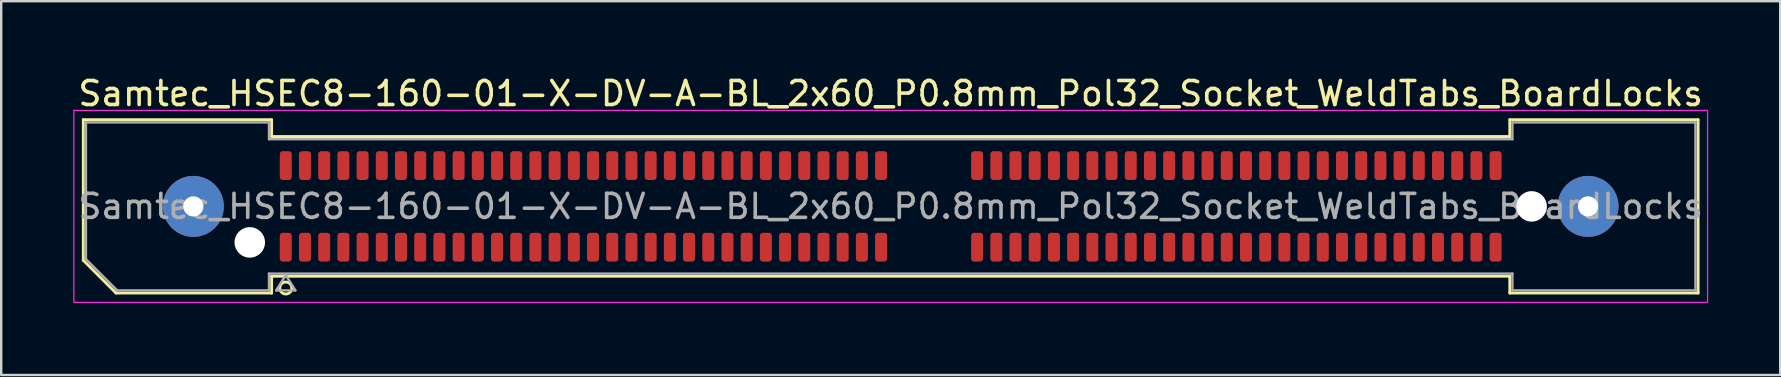
<source format=kicad_pcb>
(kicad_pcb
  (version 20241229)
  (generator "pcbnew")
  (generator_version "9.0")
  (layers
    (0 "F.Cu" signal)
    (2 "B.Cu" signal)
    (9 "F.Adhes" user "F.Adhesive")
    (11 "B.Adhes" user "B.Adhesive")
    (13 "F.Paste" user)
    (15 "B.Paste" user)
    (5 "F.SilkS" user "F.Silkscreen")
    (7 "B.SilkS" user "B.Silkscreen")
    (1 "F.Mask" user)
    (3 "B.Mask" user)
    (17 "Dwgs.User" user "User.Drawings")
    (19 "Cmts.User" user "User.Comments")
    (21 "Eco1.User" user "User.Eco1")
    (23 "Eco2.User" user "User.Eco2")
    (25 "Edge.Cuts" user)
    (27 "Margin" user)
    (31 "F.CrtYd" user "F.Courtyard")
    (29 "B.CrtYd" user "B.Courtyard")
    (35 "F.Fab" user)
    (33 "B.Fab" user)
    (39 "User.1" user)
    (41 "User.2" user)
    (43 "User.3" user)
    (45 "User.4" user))
  (footprint "Samtec_HSEC8-160-01-X-DV-A-BL_2x60_P0.8mm_Pol32_Socket_WeldTabs_BoardLocks"
    (layer "F.Cu")
    (at 34.055 5.548)
    (property "Reference" "Samtec_HSEC8-160-01-X-DV-A-BL_2x60_P0.8mm_Pol32_Socket_WeldTabs_BoardLocks" (at 0 -4.7 0) (layer "F.SilkS") (effects (font (size 1 1) (thickness 0.15))))
    (attr smd)
    (fp_line (start -33.635 -3.61) (end -25.79 -3.61) (stroke (width 0.12) (type solid)) (layer "F.SilkS"))
    (fp_line (start -33.635 2.246) (end -33.635 -3.61) (stroke (width 0.12) (type solid)) (layer "F.SilkS"))
    (fp_line (start -32.271 3.61) (end -33.635 2.246) (stroke (width 0.12) (type solid)) (layer "F.SilkS"))
    (fp_line (start -25.79 -3.61) (end -25.79 -2.91) (stroke (width 0.12) (type solid)) (layer "F.SilkS"))
    (fp_line (start -25.79 -2.91) (end 25.79 -2.91) (stroke (width 0.12) (type solid)) (layer "F.SilkS"))
    (fp_line (start -25.79 2.91) (end -25.79 3.61) (stroke (width 0.12) (type solid)) (layer "F.SilkS"))
    (fp_line (start -25.79 3.61) (end -32.271 3.61) (stroke (width 0.12) (type solid)) (layer "F.SilkS"))
    (fp_line (start 25.79 -3.61) (end 33.635 -3.61) (stroke (width 0.12) (type solid)) (layer "F.SilkS"))
    (fp_line (start 25.79 -2.91) (end 25.79 -3.61) (stroke (width 0.12) (type solid)) (layer "F.SilkS"))
    (fp_line (start 25.79 2.91) (end -25.79 2.91) (stroke (width 0.12) (type solid)) (layer "F.SilkS"))
    (fp_line (start 25.79 3.61) (end 25.79 2.91) (stroke (width 0.12) (type solid)) (layer "F.SilkS"))
    (fp_line (start 33.635 -3.61) (end 33.635 3.61) (stroke (width 0.12) (type solid)) (layer "F.SilkS"))
    (fp_line (start 33.635 3.61) (end 25.79 3.61) (stroke (width 0.12) (type solid)) (layer "F.SilkS"))
    (fp_circle (center -25.2 3.4) (end -24.95 3.4) (stroke (width 0.12) (type solid)) (fill no) (layer "F.SilkS"))
    (fp_line (start -34.03 -4) (end -34.03 4) (stroke (width 0.05) (type solid)) (layer "F.CrtYd"))
    (fp_line (start -34.03 4) (end 34.03 4) (stroke (width 0.05) (type solid)) (layer "F.CrtYd"))
    (fp_line (start 34.03 -4) (end -34.03 -4) (stroke (width 0.05) (type solid)) (layer "F.CrtYd"))
    (fp_line (start 34.03 4) (end 34.03 -4) (stroke (width 0.05) (type solid)) (layer "F.CrtYd"))
    (fp_line (start -33.525 -3.5) (end -25.9 -3.5) (stroke (width 0.1) (type solid)) (layer "F.Fab"))
    (fp_line (start -33.525 2.2) (end -33.525 -3.5) (stroke (width 0.1) (type solid)) (layer "F.Fab"))
    (fp_line (start -32.225 3.5) (end -33.525 2.2) (stroke (width 0.1) (type solid)) (layer "F.Fab"))
    (fp_line (start -25.9 -3.5) (end -25.9 -2.8) (stroke (width 0.1) (type solid)) (layer "F.Fab"))
    (fp_line (start -25.9 -2.8) (end 25.9 -2.8) (stroke (width 0.1) (type solid)) (layer "F.Fab"))
    (fp_line (start -25.9 2.8) (end -25.9 3.5) (stroke (width 0.1) (type solid)) (layer "F.Fab"))
    (fp_line (start -25.9 3.5) (end -32.225 3.5) (stroke (width 0.1) (type solid)) (layer "F.Fab"))
    (fp_line (start -25.6 3.5) (end -25.2 2.86) (stroke (width 0.1) (type solid)) (layer "F.Fab"))
    (fp_line (start -25.2 2.86) (end -24.8 3.5) (stroke (width 0.1) (type solid)) (layer "F.Fab"))
    (fp_line (start -24.8 3.5) (end -25.6 3.5) (stroke (width 0.1) (type solid)) (layer "F.Fab"))
    (fp_line (start 25.9 -3.5) (end 33.525 -3.5) (stroke (width 0.1) (type solid)) (layer "F.Fab"))
    (fp_line (start 25.9 -2.8) (end 25.9 -3.5) (stroke (width 0.1) (type solid)) (layer "F.Fab"))
    (fp_line (start 25.9 2.8) (end -25.9 2.8) (stroke (width 0.1) (type solid)) (layer "F.Fab"))
    (fp_line (start 25.9 3.5) (end 25.9 2.8) (stroke (width 0.1) (type solid)) (layer "F.Fab"))
    (fp_line (start 33.525 -3.5) (end 33.525 3.5) (stroke (width 0.1) (type solid)) (layer "F.Fab"))
    (fp_line (start 33.525 3.5) (end 25.9 3.5) (stroke (width 0.1) (type solid)) (layer "F.Fab"))
    (fp_text user "${REFERENCE}" (at 0 0 0) (layer "F.Fab") (effects (font (size 1 1) (thickness 0.15))))
    (pad "" thru_hole circle (at -29.05 0) (size 2.54 2.54) (drill 0.84) (layers "*.Cu" "*.Mask" "F.Paste"))
    (pad "" np_thru_hole circle (at -26.7 1.5) (size 1.27 1.27) (drill 1.27) (layers "*.Cu" "*.Mask"))
    (pad "" np_thru_hole circle (at 26.7 0) (size 1.27 1.27) (drill 1.27) (layers "*.Cu" "*.Mask"))
    (pad "" thru_hole circle (at 29.05 0) (size 2.54 2.54) (drill 0.84) (layers "*.Cu" "*.Mask" "F.Paste"))
    (pad "1" smd roundrect (at -25.2 1.7) (size 0.5 1.2) (layers "F.Cu" "F.Mask" "F.Paste") (roundrect_rratio 0.25))
    (pad "2" smd roundrect (at -25.2 -1.7) (size 0.5 1.2) (layers "F.Cu" "F.Mask" "F.Paste") (roundrect_rratio 0.25))
    (pad "3" smd roundrect (at -24.4 1.7) (size 0.5 1.2) (layers "F.Cu" "F.Mask" "F.Paste") (roundrect_rratio 0.25))
    (pad "4" smd roundrect (at -24.4 -1.7) (size 0.5 1.2) (layers "F.Cu" "F.Mask" "F.Paste") (roundrect_rratio 0.25))
    (pad "5" smd roundrect (at -23.6 1.7) (size 0.5 1.2) (layers "F.Cu" "F.Mask" "F.Paste") (roundrect_rratio 0.25))
    (pad "6" smd roundrect (at -23.6 -1.7) (size 0.5 1.2) (layers "F.Cu" "F.Mask" "F.Paste") (roundrect_rratio 0.25))
    (pad "7" smd roundrect (at -22.8 1.7) (size 0.5 1.2) (layers "F.Cu" "F.Mask" "F.Paste") (roundrect_rratio 0.25))
    (pad "8" smd roundrect (at -22.8 -1.7) (size 0.5 1.2) (layers "F.Cu" "F.Mask" "F.Paste") (roundrect_rratio 0.25))
    (pad "9" smd roundrect (at -22 1.7) (size 0.5 1.2) (layers "F.Cu" "F.Mask" "F.Paste") (roundrect_rratio 0.25))
    (pad "10" smd roundrect (at -22 -1.7) (size 0.5 1.2) (layers "F.Cu" "F.Mask" "F.Paste") (roundrect_rratio 0.25))
    (pad "11" smd roundrect (at -21.2 1.7) (size 0.5 1.2) (layers "F.Cu" "F.Mask" "F.Paste") (roundrect_rratio 0.25))
    (pad "12" smd roundrect (at -21.2 -1.7) (size 0.5 1.2) (layers "F.Cu" "F.Mask" "F.Paste") (roundrect_rratio 0.25))
    (pad "13" smd roundrect (at -20.4 1.7) (size 0.5 1.2) (layers "F.Cu" "F.Mask" "F.Paste") (roundrect_rratio 0.25))
    (pad "14" smd roundrect (at -20.4 -1.7) (size 0.5 1.2) (layers "F.Cu" "F.Mask" "F.Paste") (roundrect_rratio 0.25))
    (pad "15" smd roundrect (at -19.6 1.7) (size 0.5 1.2) (layers "F.Cu" "F.Mask" "F.Paste") (roundrect_rratio 0.25))
    (pad "16" smd roundrect (at -19.6 -1.7) (size 0.5 1.2) (layers "F.Cu" "F.Mask" "F.Paste") (roundrect_rratio 0.25))
    (pad "17" smd roundrect (at -18.8 1.7) (size 0.5 1.2) (layers "F.Cu" "F.Mask" "F.Paste") (roundrect_rratio 0.25))
    (pad "18" smd roundrect (at -18.8 -1.7) (size 0.5 1.2) (layers "F.Cu" "F.Mask" "F.Paste") (roundrect_rratio 0.25))
    (pad "19" smd roundrect (at -18 1.7) (size 0.5 1.2) (layers "F.Cu" "F.Mask" "F.Paste") (roundrect_rratio 0.25))
    (pad "20" smd roundrect (at -18 -1.7) (size 0.5 1.2) (layers "F.Cu" "F.Mask" "F.Paste") (roundrect_rratio 0.25))
    (pad "21" smd roundrect (at -17.2 1.7) (size 0.5 1.2) (layers "F.Cu" "F.Mask" "F.Paste") (roundrect_rratio 0.25))
    (pad "22" smd roundrect (at -17.2 -1.7) (size 0.5 1.2) (layers "F.Cu" "F.Mask" "F.Paste") (roundrect_rratio 0.25))
    (pad "23" smd roundrect (at -16.4 1.7) (size 0.5 1.2) (layers "F.Cu" "F.Mask" "F.Paste") (roundrect_rratio 0.25))
    (pad "24" smd roundrect (at -16.4 -1.7) (size 0.5 1.2) (layers "F.Cu" "F.Mask" "F.Paste") (roundrect_rratio 0.25))
    (pad "25" smd roundrect (at -15.6 1.7) (size 0.5 1.2) (layers "F.Cu" "F.Mask" "F.Paste") (roundrect_rratio 0.25))
    (pad "26" smd roundrect (at -15.6 -1.7) (size 0.5 1.2) (layers "F.Cu" "F.Mask" "F.Paste") (roundrect_rratio 0.25))
    (pad "27" smd roundrect (at -14.8 1.7) (size 0.5 1.2) (layers "F.Cu" "F.Mask" "F.Paste") (roundrect_rratio 0.25))
    (pad "28" smd roundrect (at -14.8 -1.7) (size 0.5 1.2) (layers "F.Cu" "F.Mask" "F.Paste") (roundrect_rratio 0.25))
    (pad "29" smd roundrect (at -14 1.7) (size 0.5 1.2) (layers "F.Cu" "F.Mask" "F.Paste") (roundrect_rratio 0.25))
    (pad "30" smd roundrect (at -14 -1.7) (size 0.5 1.2) (layers "F.Cu" "F.Mask" "F.Paste") (roundrect_rratio 0.25))
    (pad "31" smd roundrect (at -13.2 1.7) (size 0.5 1.2) (layers "F.Cu" "F.Mask" "F.Paste") (roundrect_rratio 0.25))
    (pad "32" smd roundrect (at -13.2 -1.7) (size 0.5 1.2) (layers "F.Cu" "F.Mask" "F.Paste") (roundrect_rratio 0.25))
    (pad "33" smd roundrect (at -12.4 1.7) (size 0.5 1.2) (layers "F.Cu" "F.Mask" "F.Paste") (roundrect_rratio 0.25))
    (pad "34" smd roundrect (at -12.4 -1.7) (size 0.5 1.2) (layers "F.Cu" "F.Mask" "F.Paste") (roundrect_rratio 0.25))
    (pad "35" smd roundrect (at -11.6 1.7) (size 0.5 1.2) (layers "F.Cu" "F.Mask" "F.Paste") (roundrect_rratio 0.25))
    (pad "36" smd roundrect (at -11.6 -1.7) (size 0.5 1.2) (layers "F.Cu" "F.Mask" "F.Paste") (roundrect_rratio 0.25))
    (pad "37" smd roundrect (at -10.8 1.7) (size 0.5 1.2) (layers "F.Cu" "F.Mask" "F.Paste") (roundrect_rratio 0.25))
    (pad "38" smd roundrect (at -10.8 -1.7) (size 0.5 1.2) (layers "F.Cu" "F.Mask" "F.Paste") (roundrect_rratio 0.25))
    (pad "39" smd roundrect (at -10 1.7) (size 0.5 1.2) (layers "F.Cu" "F.Mask" "F.Paste") (roundrect_rratio 0.25))
    (pad "40" smd roundrect (at -10 -1.7) (size 0.5 1.2) (layers "F.Cu" "F.Mask" "F.Paste") (roundrect_rratio 0.25))
    (pad "41" smd roundrect (at -9.2 1.7) (size 0.5 1.2) (layers "F.Cu" "F.Mask" "F.Paste") (roundrect_rratio 0.25))
    (pad "42" smd roundrect (at -9.2 -1.7) (size 0.5 1.2) (layers "F.Cu" "F.Mask" "F.Paste") (roundrect_rratio 0.25))
    (pad "43" smd roundrect (at -8.4 1.7) (size 0.5 1.2) (layers "F.Cu" "F.Mask" "F.Paste") (roundrect_rratio 0.25))
    (pad "44" smd roundrect (at -8.4 -1.7) (size 0.5 1.2) (layers "F.Cu" "F.Mask" "F.Paste") (roundrect_rratio 0.25))
    (pad "45" smd roundrect (at -7.6 1.7) (size 0.5 1.2) (layers "F.Cu" "F.Mask" "F.Paste") (roundrect_rratio 0.25))
    (pad "46" smd roundrect (at -7.6 -1.7) (size 0.5 1.2) (layers "F.Cu" "F.Mask" "F.Paste") (roundrect_rratio 0.25))
    (pad "47" smd roundrect (at -6.8 1.7) (size 0.5 1.2) (layers "F.Cu" "F.Mask" "F.Paste") (roundrect_rratio 0.25))
    (pad "48" smd roundrect (at -6.8 -1.7) (size 0.5 1.2) (layers "F.Cu" "F.Mask" "F.Paste") (roundrect_rratio 0.25))
    (pad "49" smd roundrect (at -6 1.7) (size 0.5 1.2) (layers "F.Cu" "F.Mask" "F.Paste") (roundrect_rratio 0.25))
    (pad "50" smd roundrect (at -6 -1.7) (size 0.5 1.2) (layers "F.Cu" "F.Mask" "F.Paste") (roundrect_rratio 0.25))
    (pad "51" smd roundrect (at -5.2 1.7) (size 0.5 1.2) (layers "F.Cu" "F.Mask" "F.Paste") (roundrect_rratio 0.25))
    (pad "52" smd roundrect (at -5.2 -1.7) (size 0.5 1.2) (layers "F.Cu" "F.Mask" "F.Paste") (roundrect_rratio 0.25))
    (pad "53" smd roundrect (at -4.4 1.7) (size 0.5 1.2) (layers "F.Cu" "F.Mask" "F.Paste") (roundrect_rratio 0.25))
    (pad "54" smd roundrect (at -4.4 -1.7) (size 0.5 1.2) (layers "F.Cu" "F.Mask" "F.Paste") (roundrect_rratio 0.25))
    (pad "55" smd roundrect (at -3.6 1.7) (size 0.5 1.2) (layers "F.Cu" "F.Mask" "F.Paste") (roundrect_rratio 0.25))
    (pad "56" smd roundrect (at -3.6 -1.7) (size 0.5 1.2) (layers "F.Cu" "F.Mask" "F.Paste") (roundrect_rratio 0.25))
    (pad "57" smd roundrect (at -2.8 1.7) (size 0.5 1.2) (layers "F.Cu" "F.Mask" "F.Paste") (roundrect_rratio 0.25))
    (pad "58" smd roundrect (at -2.8 -1.7) (size 0.5 1.2) (layers "F.Cu" "F.Mask" "F.Paste") (roundrect_rratio 0.25))
    (pad "59" smd roundrect (at -2 1.7) (size 0.5 1.2) (layers "F.Cu" "F.Mask" "F.Paste") (roundrect_rratio 0.25))
    (pad "60" smd roundrect (at -2 -1.7) (size 0.5 1.2) (layers "F.Cu" "F.Mask" "F.Paste") (roundrect_rratio 0.25))
    (pad "61" smd roundrect (at -1.2 1.7) (size 0.5 1.2) (layers "F.Cu" "F.Mask" "F.Paste") (roundrect_rratio 0.25))
    (pad "62" smd roundrect (at -1.2 -1.7) (size 0.5 1.2) (layers "F.Cu" "F.Mask" "F.Paste") (roundrect_rratio 0.25))
    (pad "63" smd roundrect (at -0.4 1.7) (size 0.5 1.2) (layers "F.Cu" "F.Mask" "F.Paste") (roundrect_rratio 0.25))
    (pad "64" smd roundrect (at -0.4 -1.7) (size 0.5 1.2) (layers "F.Cu" "F.Mask" "F.Paste") (roundrect_rratio 0.25))
    (pad "65" smd roundrect (at 3.6 1.7) (size 0.5 1.2) (layers "F.Cu" "F.Mask" "F.Paste") (roundrect_rratio 0.25))
    (pad "66" smd roundrect (at 3.6 -1.7) (size 0.5 1.2) (layers "F.Cu" "F.Mask" "F.Paste") (roundrect_rratio 0.25))
    (pad "67" smd roundrect (at 4.4 1.7) (size 0.5 1.2) (layers "F.Cu" "F.Mask" "F.Paste") (roundrect_rratio 0.25))
    (pad "68" smd roundrect (at 4.4 -1.7) (size 0.5 1.2) (layers "F.Cu" "F.Mask" "F.Paste") (roundrect_rratio 0.25))
    (pad "69" smd roundrect (at 5.2 1.7) (size 0.5 1.2) (layers "F.Cu" "F.Mask" "F.Paste") (roundrect_rratio 0.25))
    (pad "70" smd roundrect (at 5.2 -1.7) (size 0.5 1.2) (layers "F.Cu" "F.Mask" "F.Paste") (roundrect_rratio 0.25))
    (pad "71" smd roundrect (at 6 1.7) (size 0.5 1.2) (layers "F.Cu" "F.Mask" "F.Paste") (roundrect_rratio 0.25))
    (pad "72" smd roundrect (at 6 -1.7) (size 0.5 1.2) (layers "F.Cu" "F.Mask" "F.Paste") (roundrect_rratio 0.25))
    (pad "73" smd roundrect (at 6.8 1.7) (size 0.5 1.2) (layers "F.Cu" "F.Mask" "F.Paste") (roundrect_rratio 0.25))
    (pad "74" smd roundrect (at 6.8 -1.7) (size 0.5 1.2) (layers "F.Cu" "F.Mask" "F.Paste") (roundrect_rratio 0.25))
    (pad "75" smd roundrect (at 7.6 1.7) (size 0.5 1.2) (layers "F.Cu" "F.Mask" "F.Paste") (roundrect_rratio 0.25))
    (pad "76" smd roundrect (at 7.6 -1.7) (size 0.5 1.2) (layers "F.Cu" "F.Mask" "F.Paste") (roundrect_rratio 0.25))
    (pad "77" smd roundrect (at 8.4 1.7) (size 0.5 1.2) (layers "F.Cu" "F.Mask" "F.Paste") (roundrect_rratio 0.25))
    (pad "78" smd roundrect (at 8.4 -1.7) (size 0.5 1.2) (layers "F.Cu" "F.Mask" "F.Paste") (roundrect_rratio 0.25))
    (pad "79" smd roundrect (at 9.2 1.7) (size 0.5 1.2) (layers "F.Cu" "F.Mask" "F.Paste") (roundrect_rratio 0.25))
    (pad "80" smd roundrect (at 9.2 -1.7) (size 0.5 1.2) (layers "F.Cu" "F.Mask" "F.Paste") (roundrect_rratio 0.25))
    (pad "81" smd roundrect (at 10 1.7) (size 0.5 1.2) (layers "F.Cu" "F.Mask" "F.Paste") (roundrect_rratio 0.25))
    (pad "82" smd roundrect (at 10 -1.7) (size 0.5 1.2) (layers "F.Cu" "F.Mask" "F.Paste") (roundrect_rratio 0.25))
    (pad "83" smd roundrect (at 10.8 1.7) (size 0.5 1.2) (layers "F.Cu" "F.Mask" "F.Paste") (roundrect_rratio 0.25))
    (pad "84" smd roundrect (at 10.8 -1.7) (size 0.5 1.2) (layers "F.Cu" "F.Mask" "F.Paste") (roundrect_rratio 0.25))
    (pad "85" smd roundrect (at 11.6 1.7) (size 0.5 1.2) (layers "F.Cu" "F.Mask" "F.Paste") (roundrect_rratio 0.25))
    (pad "86" smd roundrect (at 11.6 -1.7) (size 0.5 1.2) (layers "F.Cu" "F.Mask" "F.Paste") (roundrect_rratio 0.25))
    (pad "87" smd roundrect (at 12.4 1.7) (size 0.5 1.2) (layers "F.Cu" "F.Mask" "F.Paste") (roundrect_rratio 0.25))
    (pad "88" smd roundrect (at 12.4 -1.7) (size 0.5 1.2) (layers "F.Cu" "F.Mask" "F.Paste") (roundrect_rratio 0.25))
    (pad "89" smd roundrect (at 13.2 1.7) (size 0.5 1.2) (layers "F.Cu" "F.Mask" "F.Paste") (roundrect_rratio 0.25))
    (pad "90" smd roundrect (at 13.2 -1.7) (size 0.5 1.2) (layers "F.Cu" "F.Mask" "F.Paste") (roundrect_rratio 0.25))
    (pad "91" smd roundrect (at 14 1.7) (size 0.5 1.2) (layers "F.Cu" "F.Mask" "F.Paste") (roundrect_rratio 0.25))
    (pad "92" smd roundrect (at 14 -1.7) (size 0.5 1.2) (layers "F.Cu" "F.Mask" "F.Paste") (roundrect_rratio 0.25))
    (pad "93" smd roundrect (at 14.8 1.7) (size 0.5 1.2) (layers "F.Cu" "F.Mask" "F.Paste") (roundrect_rratio 0.25))
    (pad "94" smd roundrect (at 14.8 -1.7) (size 0.5 1.2) (layers "F.Cu" "F.Mask" "F.Paste") (roundrect_rratio 0.25))
    (pad "95" smd roundrect (at 15.6 1.7) (size 0.5 1.2) (layers "F.Cu" "F.Mask" "F.Paste") (roundrect_rratio 0.25))
    (pad "96" smd roundrect (at 15.6 -1.7) (size 0.5 1.2) (layers "F.Cu" "F.Mask" "F.Paste") (roundrect_rratio 0.25))
    (pad "97" smd roundrect (at 16.4 1.7) (size 0.5 1.2) (layers "F.Cu" "F.Mask" "F.Paste") (roundrect_rratio 0.25))
    (pad "98" smd roundrect (at 16.4 -1.7) (size 0.5 1.2) (layers "F.Cu" "F.Mask" "F.Paste") (roundrect_rratio 0.25))
    (pad "99" smd roundrect (at 17.2 1.7) (size 0.5 1.2) (layers "F.Cu" "F.Mask" "F.Paste") (roundrect_rratio 0.25))
    (pad "100" smd roundrect (at 17.2 -1.7) (size 0.5 1.2) (layers "F.Cu" "F.Mask" "F.Paste") (roundrect_rratio 0.25))
    (pad "101" smd roundrect (at 18 1.7) (size 0.5 1.2) (layers "F.Cu" "F.Mask" "F.Paste") (roundrect_rratio 0.25))
    (pad "102" smd roundrect (at 18 -1.7) (size 0.5 1.2) (layers "F.Cu" "F.Mask" "F.Paste") (roundrect_rratio 0.25))
    (pad "103" smd roundrect (at 18.8 1.7) (size 0.5 1.2) (layers "F.Cu" "F.Mask" "F.Paste") (roundrect_rratio 0.25))
    (pad "104" smd roundrect (at 18.8 -1.7) (size 0.5 1.2) (layers "F.Cu" "F.Mask" "F.Paste") (roundrect_rratio 0.25))
    (pad "105" smd roundrect (at 19.6 1.7) (size 0.5 1.2) (layers "F.Cu" "F.Mask" "F.Paste") (roundrect_rratio 0.25))
    (pad "106" smd roundrect (at 19.6 -1.7) (size 0.5 1.2) (layers "F.Cu" "F.Mask" "F.Paste") (roundrect_rratio 0.25))
    (pad "107" smd roundrect (at 20.4 1.7) (size 0.5 1.2) (layers "F.Cu" "F.Mask" "F.Paste") (roundrect_rratio 0.25))
    (pad "108" smd roundrect (at 20.4 -1.7) (size 0.5 1.2) (layers "F.Cu" "F.Mask" "F.Paste") (roundrect_rratio 0.25))
    (pad "109" smd roundrect (at 21.2 1.7) (size 0.5 1.2) (layers "F.Cu" "F.Mask" "F.Paste") (roundrect_rratio 0.25))
    (pad "110" smd roundrect (at 21.2 -1.7) (size 0.5 1.2) (layers "F.Cu" "F.Mask" "F.Paste") (roundrect_rratio 0.25))
    (pad "111" smd roundrect (at 22 1.7) (size 0.5 1.2) (layers "F.Cu" "F.Mask" "F.Paste") (roundrect_rratio 0.25))
    (pad "112" smd roundrect (at 22 -1.7) (size 0.5 1.2) (layers "F.Cu" "F.Mask" "F.Paste") (roundrect_rratio 0.25))
    (pad "113" smd roundrect (at 22.8 1.7) (size 0.5 1.2) (layers "F.Cu" "F.Mask" "F.Paste") (roundrect_rratio 0.25))
    (pad "114" smd roundrect (at 22.8 -1.7) (size 0.5 1.2) (layers "F.Cu" "F.Mask" "F.Paste") (roundrect_rratio 0.25))
    (pad "115" smd roundrect (at 23.6 1.7) (size 0.5 1.2) (layers "F.Cu" "F.Mask" "F.Paste") (roundrect_rratio 0.25))
    (pad "116" smd roundrect (at 23.6 -1.7) (size 0.5 1.2) (layers "F.Cu" "F.Mask" "F.Paste") (roundrect_rratio 0.25))
    (pad "117" smd roundrect (at 24.4 1.7) (size 0.5 1.2) (layers "F.Cu" "F.Mask" "F.Paste") (roundrect_rratio 0.25))
    (pad "118" smd roundrect (at 24.4 -1.7) (size 0.5 1.2) (layers "F.Cu" "F.Mask" "F.Paste") (roundrect_rratio 0.25))
    (pad "119" smd roundrect (at 25.2 1.7) (size 0.5 1.2) (layers "F.Cu" "F.Mask" "F.Paste") (roundrect_rratio 0.25))
    (pad "120" smd roundrect (at 25.2 -1.7) (size 0.5 1.2) (layers "F.Cu" "F.Mask" "F.Paste") (roundrect_rratio 0.25)))
  (gr_rect
    (start -3 -3)
    (end 71.11 12.573)
    (stroke (width 0.1) (type default))
    (fill no)
    (layer "Edge.Cuts")))
</source>
